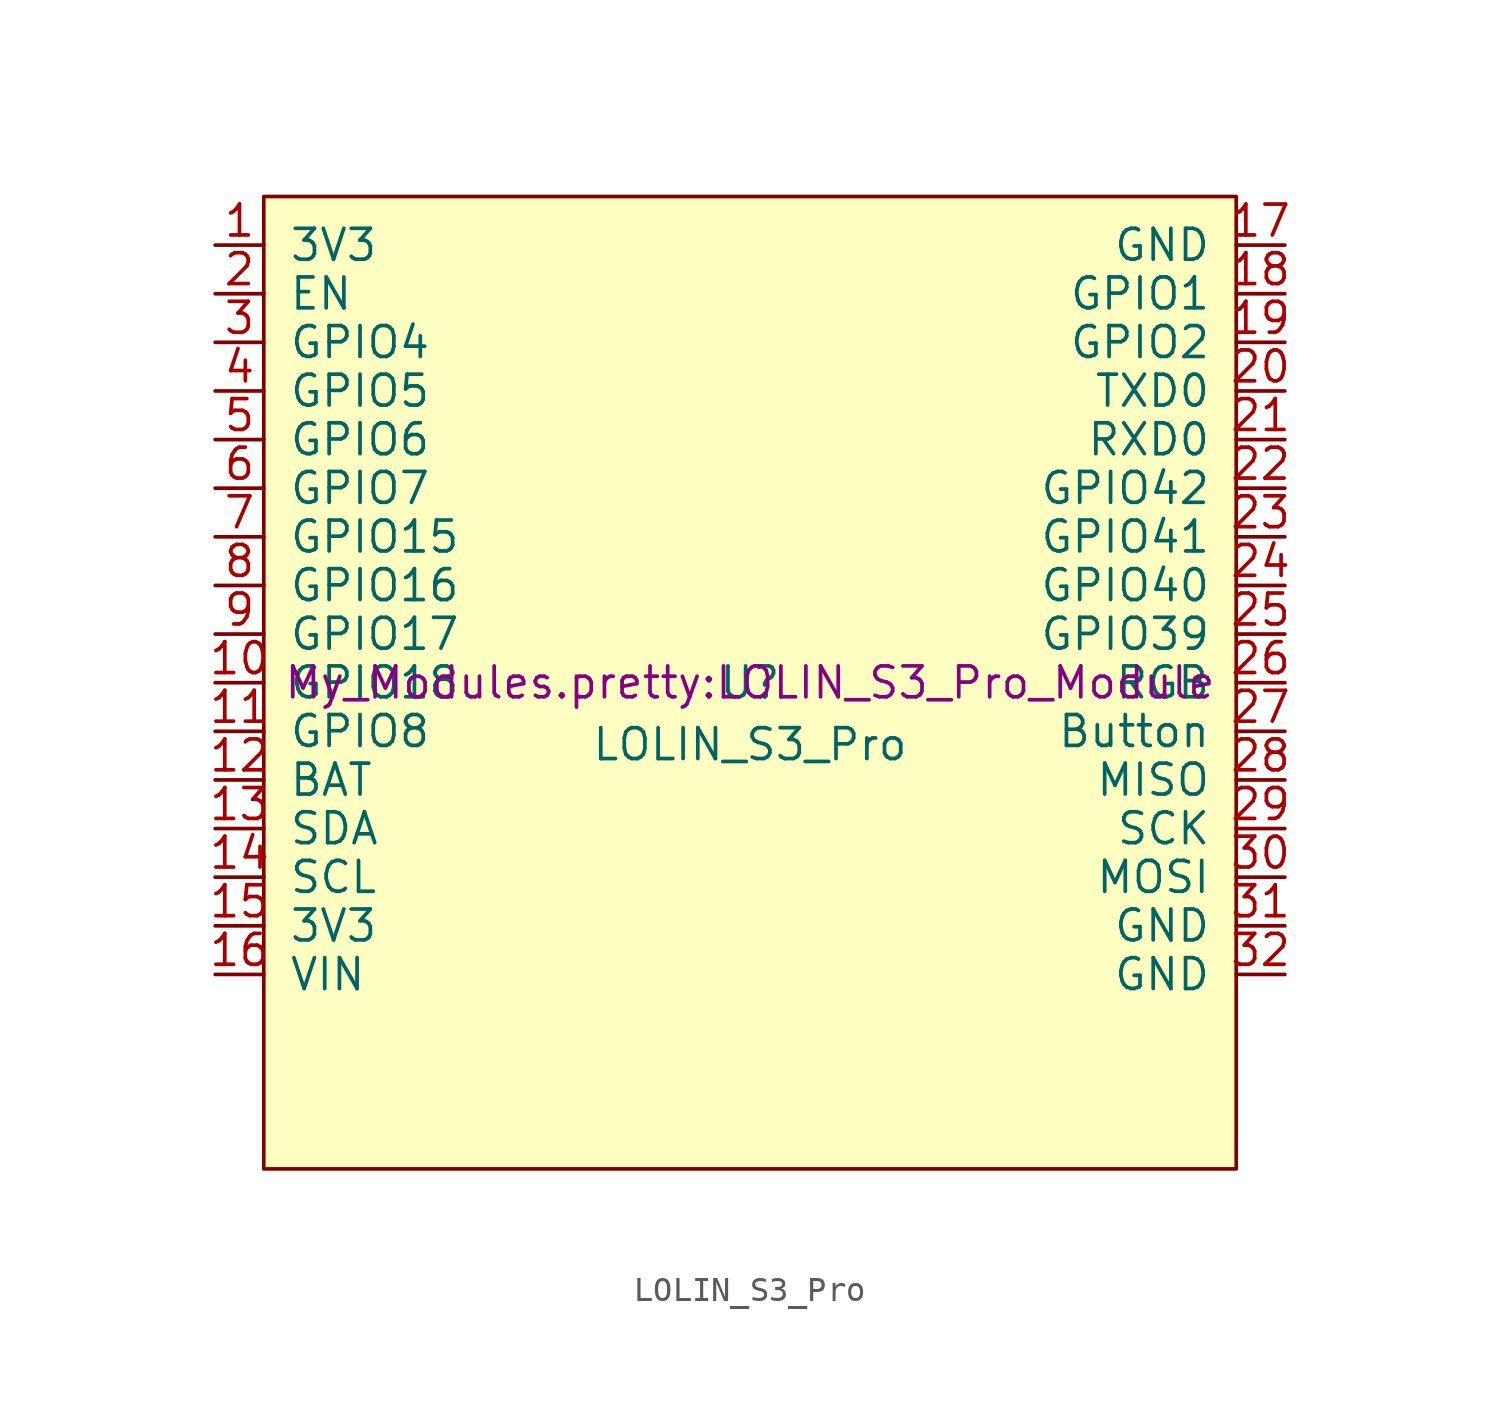
<source format=kicad_sym>
(kicad_symbol_lib
  (version 20211014)
  (generator pcbnew)
  (symbol "LOLIN_S3_Pro"
    (pin_names
      (offset 1.016))
    (property "Reference" "U"
      (at 0 0 0)
      (effects (font (size 1.27 1.27))))
    (property "Value" "LOLIN_S3_Pro"
      (at 0 -2.54 0)
      (effects (font (size 1.27 1.27))))
    (property "Footprint" "My_Modules.pretty:LOLIN_S3_Pro_Module")
    (rectangle
      (start -20 20)
      (end 20 -20)
      (stroke (width 0.15))
      (fill (type background)))
    (pin power_in line
      (at -22 18 0)
      (length 2)
      (name "3V3")
      (number "1"))
    (pin input line
      (at -22 16 0)
      (length 2)
      (name "EN")
      (number "2"))
    (pin bidirectional line
      (at -22 14 0)
      (length 2)
      (name "GPIO4")
      (number "3"))
    (pin bidirectional line
      (at -22 12 0)
      (length 2)
      (name "GPIO5")
      (number "4"))
    (pin bidirectional line
      (at -22 10 0)
      (length 2)
      (name "GPIO6")
      (number "5"))
    (pin bidirectional line
      (at -22 8 0)
      (length 2)
      (name "GPIO7")
      (number "6"))
    (pin bidirectional line
      (at -22 6 0)
      (length 2)
      (name "GPIO15")
      (number "7"))
    (pin bidirectional line
      (at -22 4 0)
      (length 2)
      (name "GPIO16")
      (number "8"))
    (pin bidirectional line
      (at -22 2 0)
      (length 2)
      (name "GPIO17")
      (number "9"))
    (pin bidirectional line
      (at -22 0 0)
      (length 2)
      (name "GPIO18")
      (number "10"))
    (pin bidirectional line
      (at -22 -2 0)
      (length 2)
      (name "GPIO8")
      (number "11"))
    (pin bidirectional line
      (at -22 -4 0)
      (length 2)
      (name "BAT")
      (number "12"))
    (pin bidirectional line
      (at -22 -6 0)
      (length 2)
      (name "SDA")
      (number "13"))
    (pin bidirectional line
      (at -22 -8 0)
      (length 2)
      (name "SCL")
      (number "14"))
    (pin power_in line
      (at -22 -10 0)
      (length 2)
      (name "3V3")
      (number "15"))
    (pin power_in line
      (at -22 -12 0)
      (length 2)
      (name "VIN")
      (number "16"))
    (pin power_in line
      (at 22 18 180)
      (length 2)
      (name "GND")
      (number "17"))
    (pin bidirectional line
      (at 22 16 180)
      (length 2)
      (name "GPIO1")
      (number "18"))
    (pin bidirectional line
      (at 22 14 180)
      (length 2)
      (name "GPIO2")
      (number "19"))
    (pin output line
      (at 22 12 180)
      (length 2)
      (name "TXD0")
      (number "20"))
    (pin input line
      (at 22 10 180)
      (length 2)
      (name "RXD0")
      (number "21"))
    (pin bidirectional line
      (at 22 8 180)
      (length 2)
      (name "GPIO42")
      (number "22"))
    (pin bidirectional line
      (at 22 6 180)
      (length 2)
      (name "GPIO41")
      (number "23"))
    (pin bidirectional line
      (at 22 4 180)
      (length 2)
      (name "GPIO40")
      (number "24"))
    (pin bidirectional line
      (at 22 2 180)
      (length 2)
      (name "GPIO39")
      (number "25"))
    (pin bidirectional line
      (at 22 0 180)
      (length 2)
      (name "RGB")
      (number "26"))
    (pin bidirectional line
      (at 22 -2 180)
      (length 2)
      (name "Button")
      (number "27"))
    (pin bidirectional line
      (at 22 -4 180)
      (length 2)
      (name "MISO")
      (number "28"))
    (pin bidirectional line
      (at 22 -6 180)
      (length 2)
      (name "SCK")
      (number "29"))
    (pin bidirectional line
      (at 22 -8 180)
      (length 2)
      (name "MOSI")
      (number "30"))
    (pin power_in line
      (at 22 -10 180)
      (length 2)
      (name "GND")
      (number "31"))
    (pin power_in line
      (at 22 -12 180)
      (length 2)
      (name "GND")
      (number "32"))))
</source>
